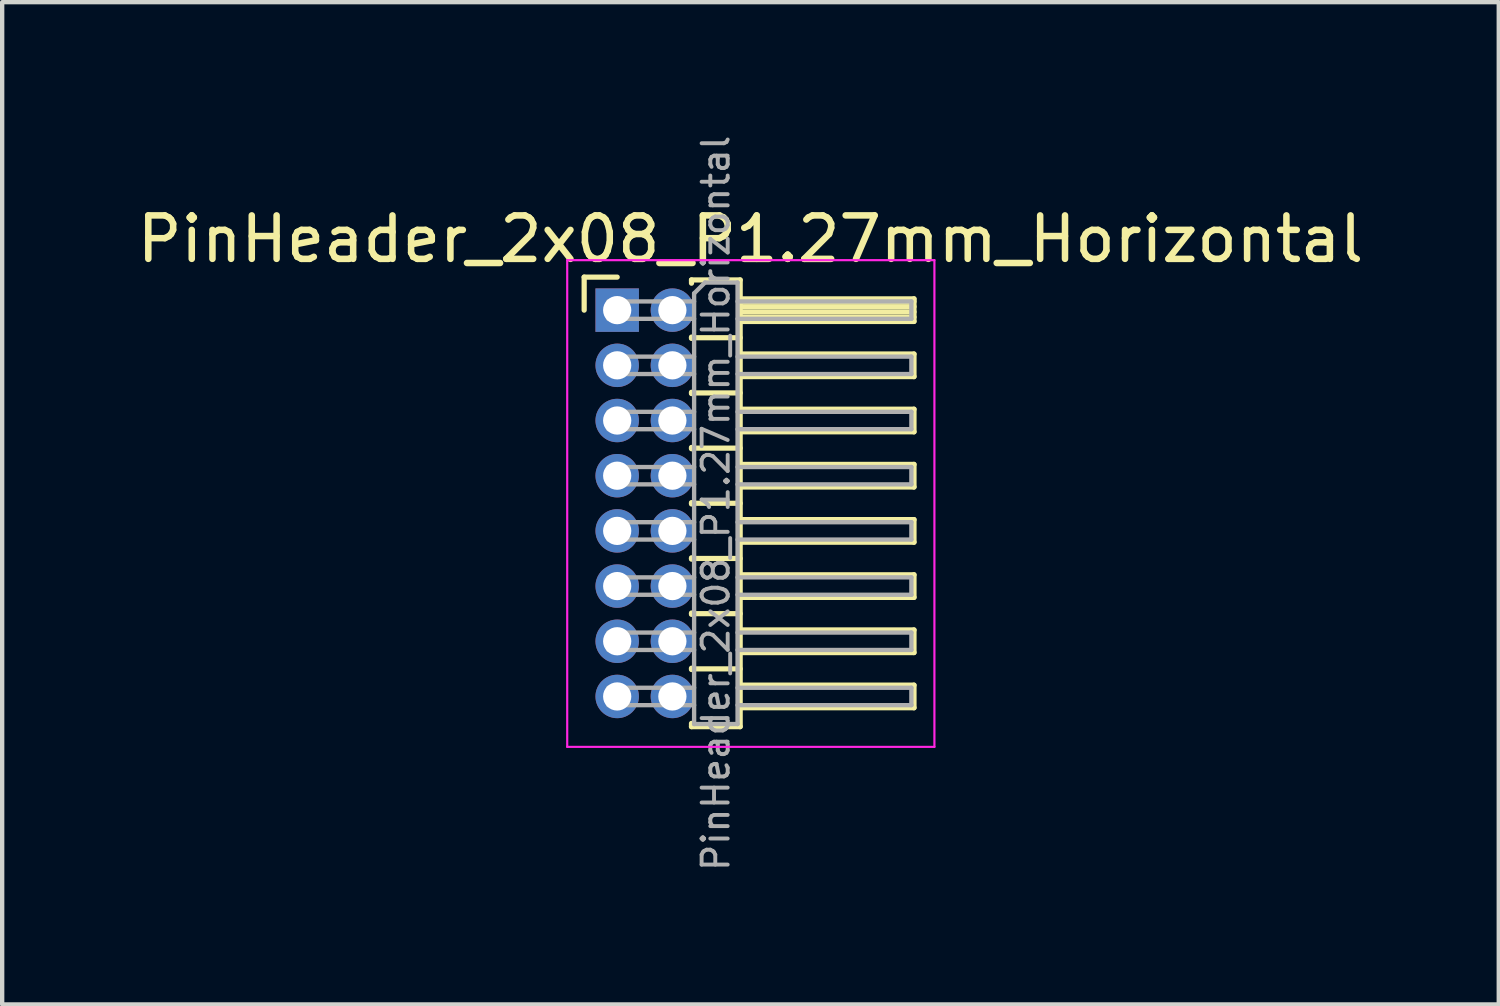
<source format=kicad_pcb>
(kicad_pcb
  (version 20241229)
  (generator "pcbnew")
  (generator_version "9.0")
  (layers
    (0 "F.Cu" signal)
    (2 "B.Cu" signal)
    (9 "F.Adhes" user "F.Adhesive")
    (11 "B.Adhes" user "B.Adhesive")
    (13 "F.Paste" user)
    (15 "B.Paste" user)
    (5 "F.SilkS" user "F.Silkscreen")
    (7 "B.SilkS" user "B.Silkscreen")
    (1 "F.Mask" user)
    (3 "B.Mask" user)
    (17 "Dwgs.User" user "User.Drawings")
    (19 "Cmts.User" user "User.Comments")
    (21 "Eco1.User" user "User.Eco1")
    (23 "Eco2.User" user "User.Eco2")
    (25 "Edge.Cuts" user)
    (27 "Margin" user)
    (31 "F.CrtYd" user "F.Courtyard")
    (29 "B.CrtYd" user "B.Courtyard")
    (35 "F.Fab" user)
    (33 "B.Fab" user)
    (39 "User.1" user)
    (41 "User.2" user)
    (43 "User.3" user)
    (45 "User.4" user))
  (footprint "PinHeader_2x08_P1.27mm_Horizontal"
    (layer "F.Cu")
    (at 11.153 4.087)
    (property "Reference" "PinHeader_2x08_P1.27mm_Horizontal" (at 3.067 -1.635 0) (layer "F.SilkS") (effects (font (size 1 1) (thickness 0.15))))
    (attr through_hole)
    (fp_line (start -0.76 -0.76) (end 0 -0.76) (stroke (width 0.12) (type solid)) (layer "F.SilkS"))
    (fp_line (start -0.76 0) (end -0.76 -0.76) (stroke (width 0.12) (type solid)) (layer "F.SilkS"))
    (fp_line (start 1.71 -0.695) (end 2.83 -0.695) (stroke (width 0.12) (type solid)) (layer "F.SilkS"))
    (fp_line (start 1.71 -0.62) (end 1.71 -0.695) (stroke (width 0.12) (type solid)) (layer "F.SilkS"))
    (fp_line (start 1.71 0.62) (end 1.71 0.65) (stroke (width 0.12) (type solid)) (layer "F.SilkS"))
    (fp_line (start 1.71 0.635) (end 2.83 0.635) (stroke (width 0.12) (type solid)) (layer "F.SilkS"))
    (fp_line (start 1.71 1.89) (end 1.71 1.92) (stroke (width 0.12) (type solid)) (layer "F.SilkS"))
    (fp_line (start 1.71 1.905) (end 2.83 1.905) (stroke (width 0.12) (type solid)) (layer "F.SilkS"))
    (fp_line (start 1.71 3.16) (end 1.71 3.19) (stroke (width 0.12) (type solid)) (layer "F.SilkS"))
    (fp_line (start 1.71 3.175) (end 2.83 3.175) (stroke (width 0.12) (type solid)) (layer "F.SilkS"))
    (fp_line (start 1.71 4.43) (end 1.71 4.46) (stroke (width 0.12) (type solid)) (layer "F.SilkS"))
    (fp_line (start 1.71 4.445) (end 2.83 4.445) (stroke (width 0.12) (type solid)) (layer "F.SilkS"))
    (fp_line (start 1.71 5.7) (end 1.71 5.73) (stroke (width 0.12) (type solid)) (layer "F.SilkS"))
    (fp_line (start 1.71 5.715) (end 2.83 5.715) (stroke (width 0.12) (type solid)) (layer "F.SilkS"))
    (fp_line (start 1.71 6.97) (end 1.71 7) (stroke (width 0.12) (type solid)) (layer "F.SilkS"))
    (fp_line (start 1.71 6.985) (end 2.83 6.985) (stroke (width 0.12) (type solid)) (layer "F.SilkS"))
    (fp_line (start 1.71 8.24) (end 1.71 8.27) (stroke (width 0.12) (type solid)) (layer "F.SilkS"))
    (fp_line (start 1.71 8.255) (end 2.83 8.255) (stroke (width 0.12) (type solid)) (layer "F.SilkS"))
    (fp_line (start 1.71 9.585) (end 1.71 9.51) (stroke (width 0.12) (type solid)) (layer "F.SilkS"))
    (fp_line (start 2.83 -0.695) (end 2.83 9.585) (stroke (width 0.12) (type solid)) (layer "F.SilkS"))
    (fp_line (start 2.83 -0.26) (end 6.83 -0.26) (stroke (width 0.12) (type solid)) (layer "F.SilkS"))
    (fp_line (start 2.83 -0.2) (end 6.83 -0.2) (stroke (width 0.12) (type solid)) (layer "F.SilkS"))
    (fp_line (start 2.83 -0.08) (end 6.83 -0.08) (stroke (width 0.12) (type solid)) (layer "F.SilkS"))
    (fp_line (start 2.83 0.04) (end 6.83 0.04) (stroke (width 0.12) (type solid)) (layer "F.SilkS"))
    (fp_line (start 2.83 0.16) (end 6.83 0.16) (stroke (width 0.12) (type solid)) (layer "F.SilkS"))
    (fp_line (start 2.83 1.01) (end 6.83 1.01) (stroke (width 0.12) (type solid)) (layer "F.SilkS"))
    (fp_line (start 2.83 2.28) (end 6.83 2.28) (stroke (width 0.12) (type solid)) (layer "F.SilkS"))
    (fp_line (start 2.83 3.55) (end 6.83 3.55) (stroke (width 0.12) (type solid)) (layer "F.SilkS"))
    (fp_line (start 2.83 4.82) (end 6.83 4.82) (stroke (width 0.12) (type solid)) (layer "F.SilkS"))
    (fp_line (start 2.83 6.09) (end 6.83 6.09) (stroke (width 0.12) (type solid)) (layer "F.SilkS"))
    (fp_line (start 2.83 7.36) (end 6.83 7.36) (stroke (width 0.12) (type solid)) (layer "F.SilkS"))
    (fp_line (start 2.83 8.63) (end 6.83 8.63) (stroke (width 0.12) (type solid)) (layer "F.SilkS"))
    (fp_line (start 2.83 9.585) (end 1.71 9.585) (stroke (width 0.12) (type solid)) (layer "F.SilkS"))
    (fp_line (start 6.83 -0.26) (end 6.83 0.26) (stroke (width 0.12) (type solid)) (layer "F.SilkS"))
    (fp_line (start 6.83 0.26) (end 2.83 0.26) (stroke (width 0.12) (type solid)) (layer "F.SilkS"))
    (fp_line (start 6.83 1.01) (end 6.83 1.53) (stroke (width 0.12) (type solid)) (layer "F.SilkS"))
    (fp_line (start 6.83 1.53) (end 2.83 1.53) (stroke (width 0.12) (type solid)) (layer "F.SilkS"))
    (fp_line (start 6.83 2.28) (end 6.83 2.8) (stroke (width 0.12) (type solid)) (layer "F.SilkS"))
    (fp_line (start 6.83 2.8) (end 2.83 2.8) (stroke (width 0.12) (type solid)) (layer "F.SilkS"))
    (fp_line (start 6.83 3.55) (end 6.83 4.07) (stroke (width 0.12) (type solid)) (layer "F.SilkS"))
    (fp_line (start 6.83 4.07) (end 2.83 4.07) (stroke (width 0.12) (type solid)) (layer "F.SilkS"))
    (fp_line (start 6.83 4.82) (end 6.83 5.34) (stroke (width 0.12) (type solid)) (layer "F.SilkS"))
    (fp_line (start 6.83 5.34) (end 2.83 5.34) (stroke (width 0.12) (type solid)) (layer "F.SilkS"))
    (fp_line (start 6.83 6.09) (end 6.83 6.61) (stroke (width 0.12) (type solid)) (layer "F.SilkS"))
    (fp_line (start 6.83 6.61) (end 2.83 6.61) (stroke (width 0.12) (type solid)) (layer "F.SilkS"))
    (fp_line (start 6.83 7.36) (end 6.83 7.88) (stroke (width 0.12) (type solid)) (layer "F.SilkS"))
    (fp_line (start 6.83 7.88) (end 2.83 7.88) (stroke (width 0.12) (type solid)) (layer "F.SilkS"))
    (fp_line (start 6.83 8.63) (end 6.83 9.15) (stroke (width 0.12) (type solid)) (layer "F.SilkS"))
    (fp_line (start 6.83 9.15) (end 2.83 9.15) (stroke (width 0.12) (type solid)) (layer "F.SilkS"))
    (fp_line (start -1.15 -1.15) (end -1.15 10.05) (stroke (width 0.05) (type solid)) (layer "F.CrtYd"))
    (fp_line (start -1.15 10.05) (end 7.3 10.05) (stroke (width 0.05) (type solid)) (layer "F.CrtYd"))
    (fp_line (start 7.3 -1.15) (end -1.15 -1.15) (stroke (width 0.05) (type solid)) (layer "F.CrtYd"))
    (fp_line (start 7.3 10.05) (end 7.3 -1.15) (stroke (width 0.05) (type solid)) (layer "F.CrtYd"))
    (fp_line (start -0.2 -0.2) (end -0.2 0.2) (stroke (width 0.1) (type solid)) (layer "F.Fab"))
    (fp_line (start -0.2 -0.2) (end 1.77 -0.2) (stroke (width 0.1) (type solid)) (layer "F.Fab"))
    (fp_line (start -0.2 0.2) (end 1.77 0.2) (stroke (width 0.1) (type solid)) (layer "F.Fab"))
    (fp_line (start -0.2 1.07) (end -0.2 1.47) (stroke (width 0.1) (type solid)) (layer "F.Fab"))
    (fp_line (start -0.2 1.07) (end 1.77 1.07) (stroke (width 0.1) (type solid)) (layer "F.Fab"))
    (fp_line (start -0.2 1.47) (end 1.77 1.47) (stroke (width 0.1) (type solid)) (layer "F.Fab"))
    (fp_line (start -0.2 2.34) (end -0.2 2.74) (stroke (width 0.1) (type solid)) (layer "F.Fab"))
    (fp_line (start -0.2 2.34) (end 1.77 2.34) (stroke (width 0.1) (type solid)) (layer "F.Fab"))
    (fp_line (start -0.2 2.74) (end 1.77 2.74) (stroke (width 0.1) (type solid)) (layer "F.Fab"))
    (fp_line (start -0.2 3.61) (end -0.2 4.01) (stroke (width 0.1) (type solid)) (layer "F.Fab"))
    (fp_line (start -0.2 3.61) (end 1.77 3.61) (stroke (width 0.1) (type solid)) (layer "F.Fab"))
    (fp_line (start -0.2 4.01) (end 1.77 4.01) (stroke (width 0.1) (type solid)) (layer "F.Fab"))
    (fp_line (start -0.2 4.88) (end -0.2 5.28) (stroke (width 0.1) (type solid)) (layer "F.Fab"))
    (fp_line (start -0.2 4.88) (end 1.77 4.88) (stroke (width 0.1) (type solid)) (layer "F.Fab"))
    (fp_line (start -0.2 5.28) (end 1.77 5.28) (stroke (width 0.1) (type solid)) (layer "F.Fab"))
    (fp_line (start -0.2 6.15) (end -0.2 6.55) (stroke (width 0.1) (type solid)) (layer "F.Fab"))
    (fp_line (start -0.2 6.15) (end 1.77 6.15) (stroke (width 0.1) (type solid)) (layer "F.Fab"))
    (fp_line (start -0.2 6.55) (end 1.77 6.55) (stroke (width 0.1) (type solid)) (layer "F.Fab"))
    (fp_line (start -0.2 7.42) (end -0.2 7.82) (stroke (width 0.1) (type solid)) (layer "F.Fab"))
    (fp_line (start -0.2 7.42) (end 1.77 7.42) (stroke (width 0.1) (type solid)) (layer "F.Fab"))
    (fp_line (start -0.2 7.82) (end 1.77 7.82) (stroke (width 0.1) (type solid)) (layer "F.Fab"))
    (fp_line (start -0.2 8.69) (end -0.2 9.09) (stroke (width 0.1) (type solid)) (layer "F.Fab"))
    (fp_line (start -0.2 8.69) (end 1.77 8.69) (stroke (width 0.1) (type solid)) (layer "F.Fab"))
    (fp_line (start -0.2 9.09) (end 1.77 9.09) (stroke (width 0.1) (type solid)) (layer "F.Fab"))
    (fp_line (start 1.77 -0.385) (end 2.02 -0.635) (stroke (width 0.1) (type solid)) (layer "F.Fab"))
    (fp_line (start 1.77 9.525) (end 1.77 -0.385) (stroke (width 0.1) (type solid)) (layer "F.Fab"))
    (fp_line (start 2.02 -0.635) (end 2.77 -0.635) (stroke (width 0.1) (type solid)) (layer "F.Fab"))
    (fp_line (start 2.77 -0.635) (end 2.77 9.525) (stroke (width 0.1) (type solid)) (layer "F.Fab"))
    (fp_line (start 2.77 -0.2) (end 6.77 -0.2) (stroke (width 0.1) (type solid)) (layer "F.Fab"))
    (fp_line (start 2.77 0.2) (end 6.77 0.2) (stroke (width 0.1) (type solid)) (layer "F.Fab"))
    (fp_line (start 2.77 1.07) (end 6.77 1.07) (stroke (width 0.1) (type solid)) (layer "F.Fab"))
    (fp_line (start 2.77 1.47) (end 6.77 1.47) (stroke (width 0.1) (type solid)) (layer "F.Fab"))
    (fp_line (start 2.77 2.34) (end 6.77 2.34) (stroke (width 0.1) (type solid)) (layer "F.Fab"))
    (fp_line (start 2.77 2.74) (end 6.77 2.74) (stroke (width 0.1) (type solid)) (layer "F.Fab"))
    (fp_line (start 2.77 3.61) (end 6.77 3.61) (stroke (width 0.1) (type solid)) (layer "F.Fab"))
    (fp_line (start 2.77 4.01) (end 6.77 4.01) (stroke (width 0.1) (type solid)) (layer "F.Fab"))
    (fp_line (start 2.77 4.88) (end 6.77 4.88) (stroke (width 0.1) (type solid)) (layer "F.Fab"))
    (fp_line (start 2.77 5.28) (end 6.77 5.28) (stroke (width 0.1) (type solid)) (layer "F.Fab"))
    (fp_line (start 2.77 6.15) (end 6.77 6.15) (stroke (width 0.1) (type solid)) (layer "F.Fab"))
    (fp_line (start 2.77 6.55) (end 6.77 6.55) (stroke (width 0.1) (type solid)) (layer "F.Fab"))
    (fp_line (start 2.77 7.42) (end 6.77 7.42) (stroke (width 0.1) (type solid)) (layer "F.Fab"))
    (fp_line (start 2.77 7.82) (end 6.77 7.82) (stroke (width 0.1) (type solid)) (layer "F.Fab"))
    (fp_line (start 2.77 8.69) (end 6.77 8.69) (stroke (width 0.1) (type solid)) (layer "F.Fab"))
    (fp_line (start 2.77 9.09) (end 6.77 9.09) (stroke (width 0.1) (type solid)) (layer "F.Fab"))
    (fp_line (start 2.77 9.525) (end 1.77 9.525) (stroke (width 0.1) (type solid)) (layer "F.Fab"))
    (fp_line (start 6.77 -0.2) (end 6.77 0.2) (stroke (width 0.1) (type solid)) (layer "F.Fab"))
    (fp_line (start 6.77 1.07) (end 6.77 1.47) (stroke (width 0.1) (type solid)) (layer "F.Fab"))
    (fp_line (start 6.77 2.34) (end 6.77 2.74) (stroke (width 0.1) (type solid)) (layer "F.Fab"))
    (fp_line (start 6.77 3.61) (end 6.77 4.01) (stroke (width 0.1) (type solid)) (layer "F.Fab"))
    (fp_line (start 6.77 4.88) (end 6.77 5.28) (stroke (width 0.1) (type solid)) (layer "F.Fab"))
    (fp_line (start 6.77 6.15) (end 6.77 6.55) (stroke (width 0.1) (type solid)) (layer "F.Fab"))
    (fp_line (start 6.77 7.42) (end 6.77 7.82) (stroke (width 0.1) (type solid)) (layer "F.Fab"))
    (fp_line (start 6.77 8.69) (end 6.77 9.09) (stroke (width 0.1) (type solid)) (layer "F.Fab"))
    (fp_text user "${REFERENCE}" (at 2.27 4.445 90) (layer "F.Fab") (effects (font (size 0.6 0.6) (thickness 0.09))))
    (pad "1" thru_hole rect (at 0 0) (size 1 1) (drill 0.65) (layers "*.Cu" "*.Mask"))
    (pad "2" thru_hole oval (at 1.27 0) (size 1 1) (drill 0.65) (layers "*.Cu" "*.Mask"))
    (pad "3" thru_hole oval (at 0 1.27) (size 1 1) (drill 0.65) (layers "*.Cu" "*.Mask"))
    (pad "4" thru_hole oval (at 1.27 1.27) (size 1 1) (drill 0.65) (layers "*.Cu" "*.Mask"))
    (pad "5" thru_hole oval (at 0 2.54) (size 1 1) (drill 0.65) (layers "*.Cu" "*.Mask"))
    (pad "6" thru_hole oval (at 1.27 2.54) (size 1 1) (drill 0.65) (layers "*.Cu" "*.Mask"))
    (pad "7" thru_hole oval (at 0 3.81) (size 1 1) (drill 0.65) (layers "*.Cu" "*.Mask"))
    (pad "8" thru_hole oval (at 1.27 3.81) (size 1 1) (drill 0.65) (layers "*.Cu" "*.Mask"))
    (pad "9" thru_hole oval (at 0 5.08) (size 1 1) (drill 0.65) (layers "*.Cu" "*.Mask"))
    (pad "10" thru_hole oval (at 1.27 5.08) (size 1 1) (drill 0.65) (layers "*.Cu" "*.Mask"))
    (pad "11" thru_hole oval (at 0 6.35) (size 1 1) (drill 0.65) (layers "*.Cu" "*.Mask"))
    (pad "12" thru_hole oval (at 1.27 6.35) (size 1 1) (drill 0.65) (layers "*.Cu" "*.Mask"))
    (pad "13" thru_hole oval (at 0 7.62) (size 1 1) (drill 0.65) (layers "*.Cu" "*.Mask"))
    (pad "14" thru_hole oval (at 1.27 7.62) (size 1 1) (drill 0.65) (layers "*.Cu" "*.Mask"))
    (pad "15" thru_hole oval (at 0 8.89) (size 1 1) (drill 0.65) (layers "*.Cu" "*.Mask"))
    (pad "16" thru_hole oval (at 1.27 8.89) (size 1 1) (drill 0.65) (layers "*.Cu" "*.Mask")))
  (gr_rect
    (start -3 -3)
    (end 31.44 20.064)
    (stroke (width 0.1) (type default))
    (fill no)
    (layer "Edge.Cuts")))
</source>
